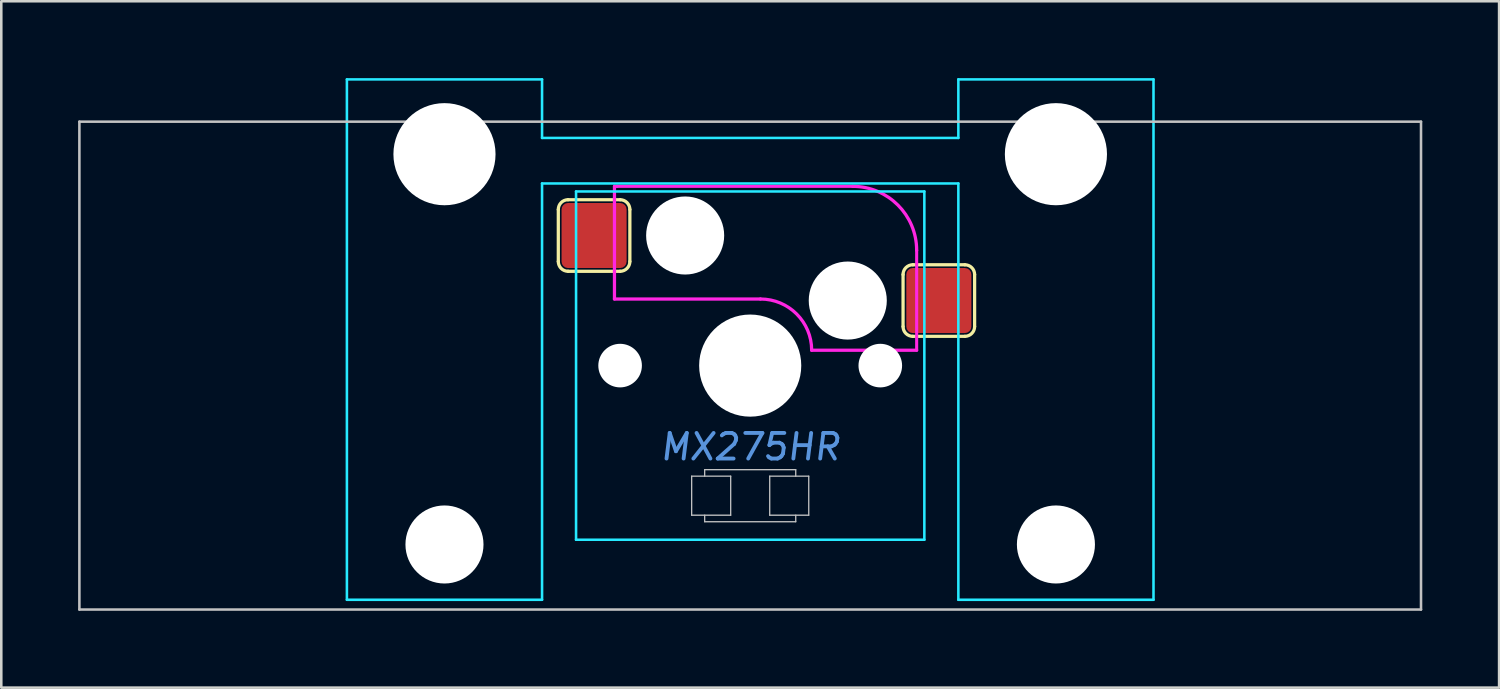
<source format=kicad_pcb>
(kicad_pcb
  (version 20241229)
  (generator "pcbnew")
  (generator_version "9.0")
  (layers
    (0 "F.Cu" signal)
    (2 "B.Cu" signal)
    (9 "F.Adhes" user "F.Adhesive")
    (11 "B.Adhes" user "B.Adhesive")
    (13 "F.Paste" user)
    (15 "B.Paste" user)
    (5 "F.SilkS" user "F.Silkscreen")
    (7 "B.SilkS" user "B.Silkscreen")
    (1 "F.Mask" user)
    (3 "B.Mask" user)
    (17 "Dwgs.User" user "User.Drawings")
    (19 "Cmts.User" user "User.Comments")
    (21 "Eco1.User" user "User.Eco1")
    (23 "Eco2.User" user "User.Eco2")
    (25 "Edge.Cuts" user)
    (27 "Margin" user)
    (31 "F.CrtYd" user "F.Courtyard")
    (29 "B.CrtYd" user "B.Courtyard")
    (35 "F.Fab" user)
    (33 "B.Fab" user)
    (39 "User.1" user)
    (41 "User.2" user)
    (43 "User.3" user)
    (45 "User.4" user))
  (footprint "MX275HR"
    (layer "F.Cu")
    (at 26.244 11.226)
    (property "Reference" "MX275HR" (at 0 3.175 0) (layer "Cmts.User") (effects (font (size 1 1) (thickness 0.15) (italic yes))))
    (attr smd)
    (fp_line (start -7.493 -6.096) (end -7.493 -4.064) (stroke (width 0.127) (type solid)) (layer "F.SilkS"))
    (fp_line (start -7.112 -3.683) (end -5.08 -3.683) (stroke (width 0.127) (type solid)) (layer "F.SilkS"))
    (fp_line (start -5.08 -6.477) (end -7.112 -6.477) (stroke (width 0.127) (type solid)) (layer "F.SilkS"))
    (fp_line (start -4.699 -4.064) (end -4.699 -6.096) (stroke (width 0.127) (type solid)) (layer "F.SilkS"))
    (fp_line (start 5.969 -3.556) (end 5.969 -1.524) (stroke (width 0.127) (type solid)) (layer "F.SilkS"))
    (fp_line (start 6.35 -1.143) (end 8.382 -1.143) (stroke (width 0.127) (type solid)) (layer "F.SilkS"))
    (fp_line (start 8.382 -3.937) (end 6.35 -3.937) (stroke (width 0.127) (type solid)) (layer "F.SilkS"))
    (fp_line (start 8.763 -1.524) (end 8.763 -3.556) (stroke (width 0.127) (type solid)) (layer "F.SilkS"))
    (fp_arc (start -7.493 -6.096) (mid -7.381408 -6.365408) (end -7.112 -6.477) (stroke (width 0.127) (type solid)) (layer "F.SilkS"))
    (fp_arc (start -7.112 -3.683) (mid -7.381408 -3.794592) (end -7.493 -4.064) (stroke (width 0.127) (type solid)) (layer "F.SilkS"))
    (fp_arc (start -5.08 -6.477) (mid -4.810592 -6.365408) (end -4.699 -6.096) (stroke (width 0.127) (type solid)) (layer "F.SilkS"))
    (fp_arc (start -4.699 -4.064) (mid -4.810592 -3.794592) (end -5.08 -3.683) (stroke (width 0.127) (type solid)) (layer "F.SilkS"))
    (fp_arc (start 5.969 -3.556) (mid 6.080592 -3.825408) (end 6.35 -3.937) (stroke (width 0.127) (type solid)) (layer "F.SilkS"))
    (fp_arc (start 6.35 -1.143) (mid 6.080592 -1.254592) (end 5.969 -1.524) (stroke (width 0.127) (type solid)) (layer "F.SilkS"))
    (fp_arc (start 8.382 -3.937) (mid 8.651408 -3.825408) (end 8.763 -3.556) (stroke (width 0.127) (type solid)) (layer "F.SilkS"))
    (fp_arc (start 8.763 -1.524) (mid 8.651408 -1.254592) (end 8.382 -1.143) (stroke (width 0.127) (type solid)) (layer "F.SilkS"))
    (fp_line (start -26.194 -9.525) (end -26.194 9.525) (stroke (width 0.1) (type solid)) (layer "Dwgs.User"))
    (fp_line (start -26.194 -9.525) (end 26.194 -9.525) (stroke (width 0.1) (type solid)) (layer "Dwgs.User"))
    (fp_line (start -26.194 9.525) (end 26.194 9.525) (stroke (width 0.1) (type solid)) (layer "Dwgs.User"))
    (fp_line (start -2.286 4.318) (end -0.762 4.318) (stroke (width 0.051) (type solid)) (layer "Dwgs.User"))
    (fp_line (start -2.286 5.842) (end -2.286 4.318) (stroke (width 0.051) (type solid)) (layer "Dwgs.User"))
    (fp_line (start -1.778 4.064) (end 1.778 4.064) (stroke (width 0.051) (type solid)) (layer "Dwgs.User"))
    (fp_line (start -1.778 4.318) (end -1.778 4.064) (stroke (width 0.051) (type solid)) (layer "Dwgs.User"))
    (fp_line (start -1.778 6.096) (end -1.778 5.842) (stroke (width 0.051) (type solid)) (layer "Dwgs.User"))
    (fp_line (start -0.762 4.318) (end -0.762 5.842) (stroke (width 0.051) (type solid)) (layer "Dwgs.User"))
    (fp_line (start -0.762 5.842) (end -2.286 5.842) (stroke (width 0.051) (type solid)) (layer "Dwgs.User"))
    (fp_line (start 0.762 4.318) (end 2.286 4.318) (stroke (width 0.051) (type solid)) (layer "Dwgs.User"))
    (fp_line (start 0.762 5.842) (end 0.762 4.318) (stroke (width 0.051) (type solid)) (layer "Dwgs.User"))
    (fp_line (start 1.778 4.064) (end 1.778 4.318) (stroke (width 0.051) (type solid)) (layer "Dwgs.User"))
    (fp_line (start 1.778 5.842) (end 1.778 6.096) (stroke (width 0.051) (type solid)) (layer "Dwgs.User"))
    (fp_line (start 1.778 6.096) (end -1.778 6.096) (stroke (width 0.051) (type solid)) (layer "Dwgs.User"))
    (fp_line (start 2.286 4.318) (end 2.286 5.842) (stroke (width 0.051) (type solid)) (layer "Dwgs.User"))
    (fp_line (start 2.286 5.842) (end 0.762 5.842) (stroke (width 0.051) (type solid)) (layer "Dwgs.User"))
    (fp_line (start 26.194 -9.525) (end 26.194 9.525) (stroke (width 0.1) (type solid)) (layer "Dwgs.User"))
    (fp_line (start -17.17 0.889) (end -17.17 2.921) (stroke (width 0.1) (type solid)) (layer "Eco1.User"))
    (fp_line (start -16.789 3.302) (end -16.535 3.302) (stroke (width 0.1) (type solid)) (layer "Eco1.User"))
    (fp_line (start -16.535 0.508) (end -16.789 0.508) (stroke (width 0.1) (type solid)) (layer "Eco1.User"))
    (fp_line (start -16.154 -6.223) (end -16.154 0.127) (stroke (width 0.1) (type solid)) (layer "Eco1.User"))
    (fp_line (start -16.154 3.683) (end -16.154 5.309) (stroke (width 0.1) (type solid)) (layer "Eco1.User"))
    (fp_line (start -15.773 5.69) (end -9.881 5.69) (stroke (width 0.1) (type solid)) (layer "Eco1.User"))
    (fp_line (start -14.732 -6.604) (end -15.773 -6.604) (stroke (width 0.1) (type solid)) (layer "Eco1.User"))
    (fp_line (start -14.351 -7.391) (end -14.351 -6.985) (stroke (width 0.1) (type solid)) (layer "Eco1.User"))
    (fp_line (start -11.684 -7.772) (end -13.97 -7.772) (stroke (width 0.1) (type solid)) (layer "Eco1.User"))
    (fp_line (start -11.303 -6.985) (end -11.303 -7.391) (stroke (width 0.1) (type solid)) (layer "Eco1.User"))
    (fp_line (start -9.881 -6.604) (end -10.922 -6.604) (stroke (width 0.1) (type solid)) (layer "Eco1.User"))
    (fp_line (start -9.5 -6.198) (end -9.5 -6.223) (stroke (width 0.1) (type solid)) (layer "Eco1.User"))
    (fp_line (start -9.5 5.309) (end -9.5 5.258) (stroke (width 0.1) (type solid)) (layer "Eco1.User"))
    (fp_line (start -9.119 4.877) (end -7.366 4.877) (stroke (width 0.1) (type solid)) (layer "Eco1.User"))
    (fp_line (start -7.366 -5.817) (end -9.119 -5.817) (stroke (width 0.1) (type solid)) (layer "Eco1.User"))
    (fp_line (start -6.985 -6.604) (end -6.985 -6.197) (stroke (width 0.1) (type solid)) (layer "Eco1.User"))
    (fp_line (start -6.985 5.258) (end -6.985 6.604) (stroke (width 0.1) (type solid)) (layer "Eco1.User"))
    (fp_line (start -6.604 -6.985) (end 6.604 -6.985) (stroke (width 0.1) (type solid)) (layer "Eco1.User"))
    (fp_line (start -2.159 0) (end 2.159 0) (stroke (width 0.1) (type solid)) (layer "Eco1.User"))
    (fp_line (start 0 2.159) (end 0 -2.159) (stroke (width 0.1) (type solid)) (layer "Eco1.User"))
    (fp_line (start 6.604 6.985) (end -6.604 6.985) (stroke (width 0.1) (type solid)) (layer "Eco1.User"))
    (fp_line (start 6.985 -6.604) (end 6.985 -6.197) (stroke (width 0.1) (type solid)) (layer "Eco1.User"))
    (fp_line (start 6.985 5.258) (end 6.985 6.604) (stroke (width 0.1) (type solid)) (layer "Eco1.User"))
    (fp_line (start 7.366 -5.817) (end 9.119 -5.817) (stroke (width 0.1) (type solid)) (layer "Eco1.User"))
    (fp_line (start 9.119 4.877) (end 7.366 4.877) (stroke (width 0.1) (type solid)) (layer "Eco1.User"))
    (fp_line (start 9.5 -6.198) (end 9.5 -6.223) (stroke (width 0.1) (type solid)) (layer "Eco1.User"))
    (fp_line (start 9.5 5.309) (end 9.5 5.258) (stroke (width 0.1) (type solid)) (layer "Eco1.User"))
    (fp_line (start 9.881 -6.604) (end 10.922 -6.604) (stroke (width 0.1) (type solid)) (layer "Eco1.User"))
    (fp_line (start 11.303 -6.985) (end 11.303 -7.391) (stroke (width 0.1) (type solid)) (layer "Eco1.User"))
    (fp_line (start 11.684 -7.772) (end 13.97 -7.772) (stroke (width 0.1) (type solid)) (layer "Eco1.User"))
    (fp_line (start 14.351 -7.391) (end 14.351 -6.985) (stroke (width 0.1) (type solid)) (layer "Eco1.User"))
    (fp_line (start 14.732 -6.604) (end 15.773 -6.604) (stroke (width 0.1) (type solid)) (layer "Eco1.User"))
    (fp_line (start 15.773 5.69) (end 9.881 5.69) (stroke (width 0.1) (type solid)) (layer "Eco1.User"))
    (fp_line (start 16.154 -6.223) (end 16.154 0.127) (stroke (width 0.1) (type solid)) (layer "Eco1.User"))
    (fp_line (start 16.154 3.683) (end 16.154 5.309) (stroke (width 0.1) (type solid)) (layer "Eco1.User"))
    (fp_line (start 16.535 0.508) (end 16.789 0.508) (stroke (width 0.1) (type solid)) (layer "Eco1.User"))
    (fp_line (start 16.789 3.302) (end 16.535 3.302) (stroke (width 0.1) (type solid)) (layer "Eco1.User"))
    (fp_line (start 17.17 0.889) (end 17.17 2.921) (stroke (width 0.1) (type solid)) (layer "Eco1.User"))
    (fp_arc (start -17.1704 0.889) (mid -17.058808 0.619592) (end -16.7894 0.508) (stroke (width 0.1) (type solid)) (layer "Eco1.User"))
    (fp_arc (start -16.7894 3.302) (mid -17.058808 3.190408) (end -17.1704 2.921) (stroke (width 0.1) (type solid)) (layer "Eco1.User"))
    (fp_arc (start -16.5354 3.302) (mid -16.265992 3.413592) (end -16.1544 3.683) (stroke (width 0.1) (type solid)) (layer "Eco1.User"))
    (fp_arc (start -16.1544 -6.223) (mid -16.042808 -6.492408) (end -15.7734 -6.604) (stroke (width 0.1) (type solid)) (layer "Eco1.User"))
    (fp_arc (start -16.1544 0.127) (mid -16.265992 0.396408) (end -16.5354 0.508) (stroke (width 0.1) (type solid)) (layer "Eco1.User"))
    (fp_arc (start -15.7734 5.6896) (mid -16.042808 5.578008) (end -16.1544 5.3086) (stroke (width 0.1) (type solid)) (layer "Eco1.User"))
    (fp_arc (start -14.351 -7.3914) (mid -14.239408 -7.660808) (end -13.97 -7.7724) (stroke (width 0.1) (type solid)) (layer "Eco1.User"))
    (fp_arc (start -14.351 -6.985) (mid -14.462592 -6.715592) (end -14.732 -6.604) (stroke (width 0.1) (type solid)) (layer "Eco1.User"))
    (fp_arc (start -11.684 -7.7724) (mid -11.414592 -7.660808) (end -11.303 -7.3914) (stroke (width 0.1) (type solid)) (layer "Eco1.User"))
    (fp_arc (start -10.922 -6.604) (mid -11.191408 -6.715592) (end -11.303 -6.985) (stroke (width 0.1) (type solid)) (layer "Eco1.User"))
    (fp_arc (start -9.8806 -6.604) (mid -9.611192 -6.492408) (end -9.4996 -6.223) (stroke (width 0.1) (type solid)) (layer "Eco1.User"))
    (fp_arc (start -9.4996 5.2578) (mid -9.388008 4.988392) (end -9.1186 4.8768) (stroke (width 0.1) (type solid)) (layer "Eco1.User"))
    (fp_arc (start -9.4996 5.3086) (mid -9.611192 5.578008) (end -9.8806 5.6896) (stroke (width 0.1) (type solid)) (layer "Eco1.User"))
    (fp_arc (start -9.1186 -5.8166) (mid -9.388008 -5.928192) (end -9.4996 -6.1976) (stroke (width 0.1) (type solid)) (layer "Eco1.User"))
    (fp_arc (start -7.366 4.8768) (mid -7.096592 4.988392) (end -6.985 5.2578) (stroke (width 0.1) (type solid)) (layer "Eco1.User"))
    (fp_arc (start -6.985 -6.604) (mid -6.873408 -6.873408) (end -6.604 -6.985) (stroke (width 0.1) (type solid)) (layer "Eco1.User"))
    (fp_arc (start -6.985 -6.1976) (mid -7.096592 -5.928192) (end -7.366 -5.8166) (stroke (width 0.1) (type solid)) (layer "Eco1.User"))
    (fp_arc (start -6.604 6.985) (mid -6.873408 6.873408) (end -6.985 6.604) (stroke (width 0.1) (type solid)) (layer "Eco1.User"))
    (fp_arc (start 6.604 -6.985) (mid 6.873408 -6.873408) (end 6.985 -6.604) (stroke (width 0.1) (type solid)) (layer "Eco1.User"))
    (fp_arc (start 6.985 5.2578) (mid 7.096592 4.988392) (end 7.366 4.8768) (stroke (width 0.1) (type solid)) (layer "Eco1.User"))
    (fp_arc (start 6.985 6.604) (mid 6.873408 6.873408) (end 6.604 6.985) (stroke (width 0.1) (type solid)) (layer "Eco1.User"))
    (fp_arc (start 7.366 -5.8166) (mid 7.096592 -5.928192) (end 6.985 -6.1976) (stroke (width 0.1) (type solid)) (layer "Eco1.User"))
    (fp_arc (start 9.1186 4.8768) (mid 9.388008 4.988392) (end 9.4996 5.2578) (stroke (width 0.1) (type solid)) (layer "Eco1.User"))
    (fp_arc (start 9.4996 -6.223) (mid 9.611192 -6.492408) (end 9.8806 -6.604) (stroke (width 0.1) (type solid)) (layer "Eco1.User"))
    (fp_arc (start 9.4996 -6.1976) (mid 9.388008 -5.928192) (end 9.1186 -5.8166) (stroke (width 0.1) (type solid)) (layer "Eco1.User"))
    (fp_arc (start 9.8806 5.6896) (mid 9.611192 5.578008) (end 9.4996 5.3086) (stroke (width 0.1) (type solid)) (layer "Eco1.User"))
    (fp_arc (start 11.303 -7.3914) (mid 11.414592 -7.660808) (end 11.684 -7.7724) (stroke (width 0.1) (type solid)) (layer "Eco1.User"))
    (fp_arc (start 11.303 -6.985) (mid 11.191408 -6.715592) (end 10.922 -6.604) (stroke (width 0.1) (type solid)) (layer "Eco1.User"))
    (fp_arc (start 13.97 -7.7724) (mid 14.239408 -7.660808) (end 14.351 -7.3914) (stroke (width 0.1) (type solid)) (layer "Eco1.User"))
    (fp_arc (start 14.732 -6.604) (mid 14.462592 -6.715592) (end 14.351 -6.985) (stroke (width 0.1) (type solid)) (layer "Eco1.User"))
    (fp_arc (start 15.7734 -6.604) (mid 16.042808 -6.492408) (end 16.1544 -6.223) (stroke (width 0.1) (type solid)) (layer "Eco1.User"))
    (fp_arc (start 16.1544 3.683) (mid 16.265992 3.413592) (end 16.5354 3.302) (stroke (width 0.1) (type solid)) (layer "Eco1.User"))
    (fp_arc (start 16.1544 5.3086) (mid 16.042808 5.578008) (end 15.7734 5.6896) (stroke (width 0.1) (type solid)) (layer "Eco1.User"))
    (fp_arc (start 16.5354 0.508) (mid 16.265992 0.396408) (end 16.1544 0.127) (stroke (width 0.1) (type solid)) (layer "Eco1.User"))
    (fp_arc (start 16.7894 0.508) (mid 17.058808 0.619592) (end 17.1704 0.889) (stroke (width 0.1) (type solid)) (layer "Eco1.User"))
    (fp_arc (start 17.1704 2.921) (mid 17.058808 3.190408) (end 16.7894 3.302) (stroke (width 0.1) (type solid)) (layer "Eco1.User"))
    (fp_circle (center 0 0) (end -1.994 0) (stroke (width 0.1) (type solid)) (fill no) (layer "Eco1.User"))
    (fp_line (start -15.748 -11.176) (end -15.748 9.144) (stroke (width 0.1) (type solid)) (layer "B.CrtYd"))
    (fp_line (start -15.748 -11.176) (end -8.128 -11.176) (stroke (width 0.1) (type solid)) (layer "B.CrtYd"))
    (fp_line (start -8.128 -8.89) (end -8.128 -11.176) (stroke (width 0.1) (type solid)) (layer "B.CrtYd"))
    (fp_line (start -8.128 -7.112) (end -8.128 9.142) (stroke (width 0.1) (type solid)) (layer "B.CrtYd"))
    (fp_line (start -8.128 9.144) (end -15.748 9.144) (stroke (width 0.1) (type solid)) (layer "B.CrtYd"))
    (fp_line (start -6.8 -6.8) (end -6.8 6.8) (stroke (width 0.1) (type solid)) (layer "B.CrtYd"))
    (fp_line (start 6.8 -6.8) (end -6.8 -6.8) (stroke (width 0.1) (type solid)) (layer "B.CrtYd"))
    (fp_line (start 6.8 -6.8) (end 6.8 6.8) (stroke (width 0.1) (type solid)) (layer "B.CrtYd"))
    (fp_line (start 6.8 6.8) (end -6.8 6.8) (stroke (width 0.1) (type solid)) (layer "B.CrtYd"))
    (fp_line (start 8.128 -8.89) (end -8.128 -8.89) (stroke (width 0.1) (type solid)) (layer "B.CrtYd"))
    (fp_line (start 8.128 -8.89) (end 8.128 -11.176) (stroke (width 0.1) (type solid)) (layer "B.CrtYd"))
    (fp_line (start 8.128 -7.112) (end -8.128 -7.112) (stroke (width 0.1) (type solid)) (layer "B.CrtYd"))
    (fp_line (start 8.128 -7.112) (end 8.128 9.144) (stroke (width 0.1) (type solid)) (layer "B.CrtYd"))
    (fp_line (start 8.128 9.144) (end 15.748 9.144) (stroke (width 0.1) (type solid)) (layer "B.CrtYd"))
    (fp_line (start 15.748 -11.176) (end 8.128 -11.176) (stroke (width 0.1) (type solid)) (layer "B.CrtYd"))
    (fp_line (start 15.748 9.144) (end 15.748 -11.176) (stroke (width 0.1) (type solid)) (layer "B.CrtYd"))
    (fp_line (start -5.3 -7) (end -5.3 -2.6) (stroke (width 0.127) (type solid)) (layer "F.CrtYd"))
    (fp_line (start -5.2 -7) (end -5.3 -7) (stroke (width 0.12) (type solid)) (layer "F.CrtYd"))
    (fp_line (start 0.4 -2.6) (end -5.3 -2.6) (stroke (width 0.127) (type solid)) (layer "F.CrtYd"))
    (fp_line (start 4 -7) (end -5.2 -7) (stroke (width 0.12) (type solid)) (layer "F.CrtYd"))
    (fp_line (start 6.5 -4.5) (end 6.5 -0.6) (stroke (width 0.12) (type solid)) (layer "F.CrtYd"))
    (fp_line (start 6.5 -0.6) (end 2.4 -0.6) (stroke (width 0.127) (type solid)) (layer "F.CrtYd"))
    (fp_arc (start 0.4 -2.6) (mid 1.814214 -2.014214) (end 2.4 -0.6) (stroke (width 0.127) (type solid)) (layer "F.CrtYd"))
    (fp_arc (start 4 -7) (mid 5.767767 -6.267767) (end 6.5 -4.5) (stroke (width 0.127) (type solid)) (layer "F.CrtYd"))
    (pad "" np_thru_hole circle (at -11.938 -8.255 180) (size 3.988 3.988) (drill 3.988) (layers "*.Cu" "*.Mask"))
    (pad "" np_thru_hole circle (at -11.938 6.985 180) (size 3.048 3.048) (drill 3.048) (layers "*.Cu" "*.Mask"))
    (pad "" np_thru_hole circle (at -5.08 0) (size 1.702 1.702) (drill 1.702) (layers "*.Cu" "*.Mask"))
    (pad "" np_thru_hole circle (at -2.54 -5.08) (size 3.048 3.048) (drill 3.048) (layers "*.Cu" "*.Mask"))
    (pad "" np_thru_hole circle (at 0 0) (size 3.988 3.988) (drill 3.988) (layers "*.Cu" "*.Mask"))
    (pad "" np_thru_hole circle (at 3.81 -2.54) (size 3.048 3.048) (drill 3.048) (layers "*.Cu" "*.Mask"))
    (pad "" np_thru_hole circle (at 5.08 0) (size 1.702 1.702) (drill 1.702) (layers "*.Cu" "*.Mask"))
    (pad "" np_thru_hole circle (at 11.938 -8.255 180) (size 3.988 3.988) (drill 3.988) (layers "*.Cu" "*.Mask"))
    (pad "" np_thru_hole circle (at 11.938 6.985 180) (size 3.048 3.048) (drill 3.048) (layers "*.Cu" "*.Mask"))
    (pad "1" smd roundrect (at -6.096 -5.08) (size 2.54 2.54) (layers "F.Cu" "F.Mask") (roundrect_rratio 0.1))
    (pad "2" smd roundrect (at 7.366 -2.54) (size 2.54 2.54) (layers "F.Cu" "F.Mask" "F.Paste") (roundrect_rratio 0.1)))
  (gr_rect
    (start -3 -3)
    (end 55.487 23.801)
    (stroke (width 0.1) (type default))
    (fill no)
    (layer "Edge.Cuts")))
</source>
